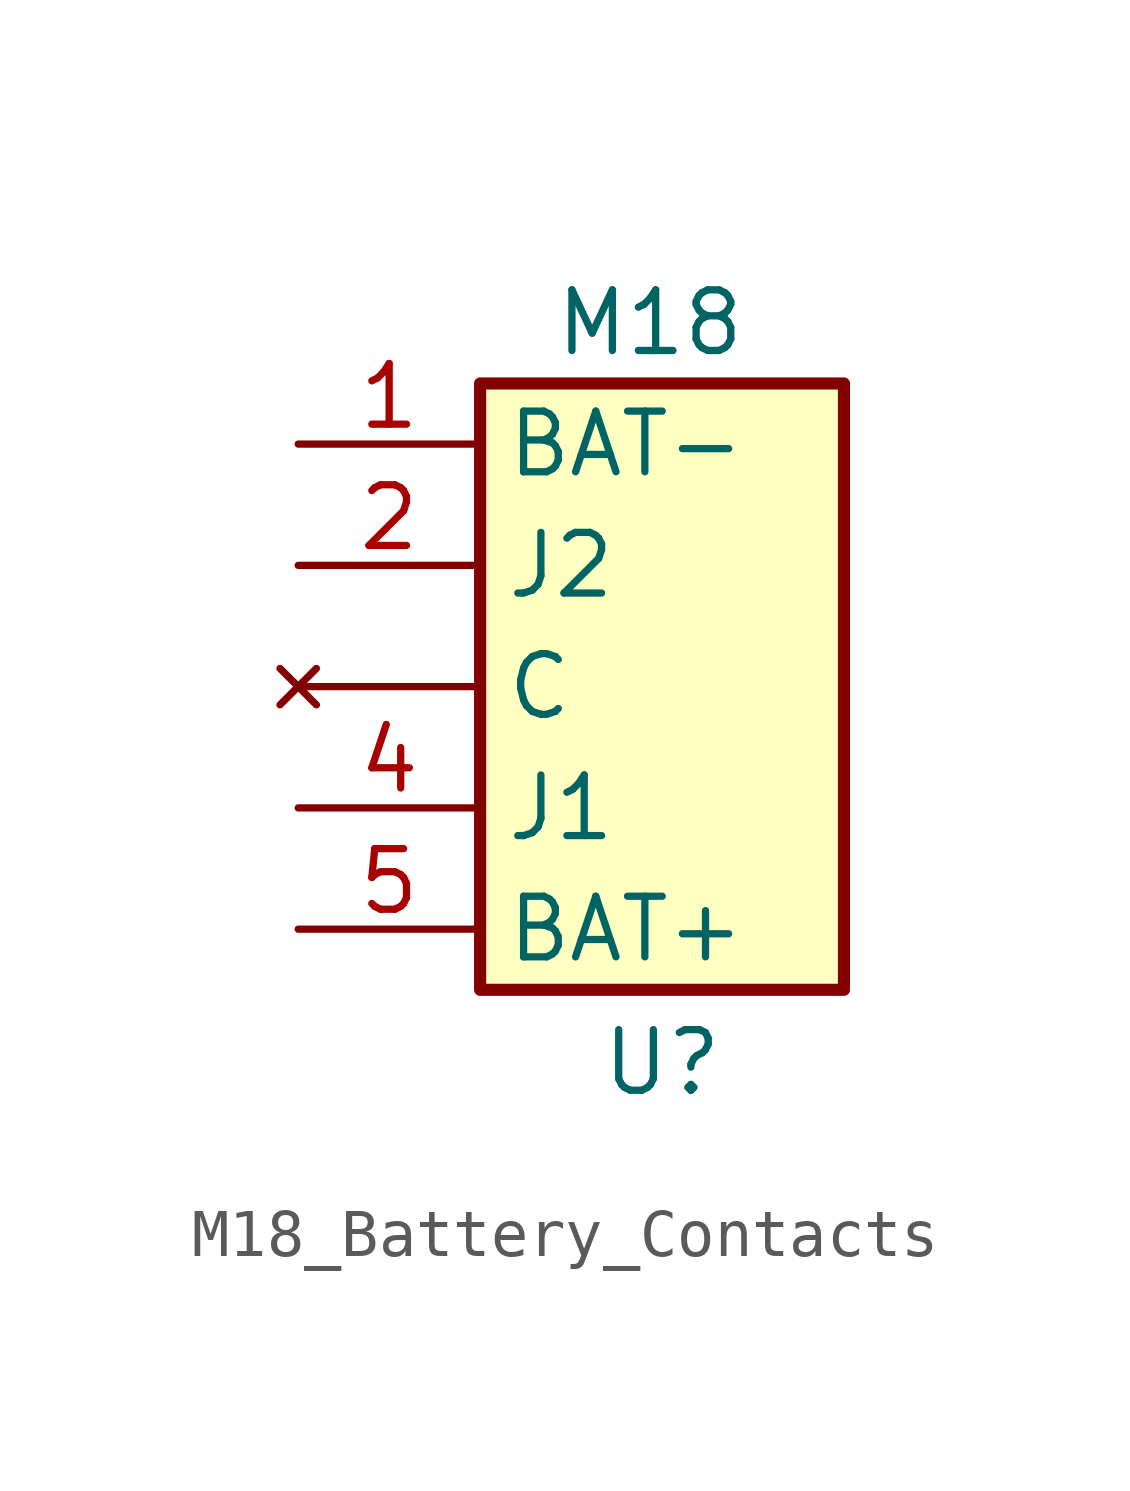
<source format=kicad_sym>
(kicad_symbol_lib
  (version 20241209)
  (generator "kicad_symbol_editor")
  (generator_version "9.0")
  (symbol "M18_Battery_Contacts"
    (property "Reference" "U"
      (at 3.81 -7.874 0)
      (effects (font (size 1.27 1.27))))
    (property "Value" "M18"
      (at 3.556 7.62 0)
      (effects (font (size 1.27 1.27))))
    (symbol "M18_Battery_Contacts_1_1"
      (rectangle (start 0 6.35) (end 7.62 -6.35) (stroke (width 0.254) (type default)) (fill (type background)))
      (pin power_out line (at -3.81 5.08 0) (length 3.81) (name "BAT-" (effects (font (size 1.27 1.27)))) (number "1" (effects (font (size 1.27 1.27)))))
      (pin input line (at -3.81 2.54 0) (length 3.81) (name "J2" (effects (font (size 1.27 1.27)))) (number "2" (effects (font (size 1.27 1.27)))))
      (pin no_connect line (at -3.81 0 0) (length 3.81) (name "C" (effects (font (size 1.27 1.27)))) (number "" (effects (font (size 1.27 1.27)))))
      (pin output line (at -3.81 -2.54 0) (length 3.81) (name "J1" (effects (font (size 1.27 1.27)))) (number "4" (effects (font (size 1.27 1.27)))))
      (pin power_out line (at -3.81 -5.08 0) (length 3.81) (name "BAT+" (effects (font (size 1.27 1.27)))) (number "5" (effects (font (size 1.27 1.27))))))))
</source>
